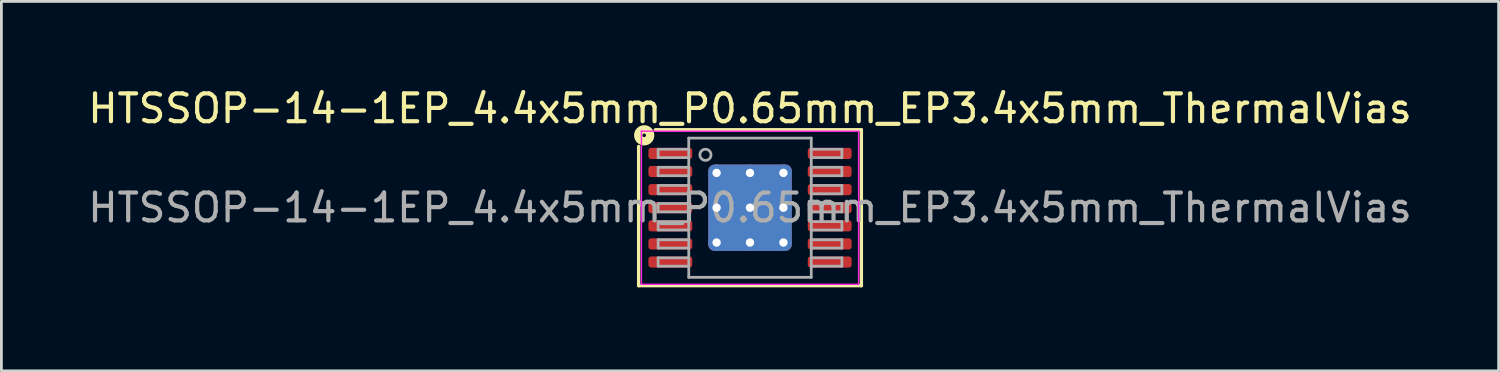
<source format=kicad_pcb>
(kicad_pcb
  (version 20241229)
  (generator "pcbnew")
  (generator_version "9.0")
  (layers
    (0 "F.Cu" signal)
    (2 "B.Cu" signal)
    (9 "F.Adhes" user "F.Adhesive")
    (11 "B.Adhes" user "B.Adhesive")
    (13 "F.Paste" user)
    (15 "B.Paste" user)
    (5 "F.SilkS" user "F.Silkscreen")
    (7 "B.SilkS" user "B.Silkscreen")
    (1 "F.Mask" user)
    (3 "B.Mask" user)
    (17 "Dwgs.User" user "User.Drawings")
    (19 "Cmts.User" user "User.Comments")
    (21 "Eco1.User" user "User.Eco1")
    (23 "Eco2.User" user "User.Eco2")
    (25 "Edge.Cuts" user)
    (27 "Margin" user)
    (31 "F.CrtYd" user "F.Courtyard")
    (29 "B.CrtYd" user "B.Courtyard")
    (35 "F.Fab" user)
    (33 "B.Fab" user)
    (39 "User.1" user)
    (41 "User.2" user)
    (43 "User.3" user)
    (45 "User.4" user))
  (footprint "HTSSOP-14-1EP_4.4x5mm_P0.65mm_EP3.4x5mm_ThermalVias"
    (layer "F.Cu")
    (at 23.887 4.41)
    (property "Reference" "HTSSOP-14-1EP_4.4x5mm_P0.65mm_EP3.4x5mm_ThermalVias" (at 0 -3.562 0) (layer "F.SilkS") (effects (font (size 1 1) (thickness 0.15))))
    (attr smd)
    (fp_line (start -4 -2.2) (end -4 2.8) (stroke (width 0.12) (type solid)) (layer "F.SilkS"))
    (fp_line (start -4 2.8) (end 4 2.8) (stroke (width 0.12) (type solid)) (layer "F.SilkS"))
    (fp_line (start 4 -2.8) (end -3.4 -2.8) (stroke (width 0.12) (type solid)) (layer "F.SilkS"))
    (fp_line (start 4 2.8) (end 4 -2.8) (stroke (width 0.12) (type solid)) (layer "F.SilkS"))
    (fp_circle (center -3.8 -2.6) (end -3.736 -2.6) (stroke (width 0.3) (type solid)) (fill no) (layer "F.SilkS"))
    (fp_line (start -3.9 -2.75) (end -3.9 2.75) (stroke (width 0.05) (type solid)) (layer "F.CrtYd"))
    (fp_line (start -3.9 2.75) (end 3.9 2.75) (stroke (width 0.05) (type solid)) (layer "F.CrtYd"))
    (fp_line (start 3.9 -2.75) (end -3.9 -2.75) (stroke (width 0.05) (type solid)) (layer "F.CrtYd"))
    (fp_line (start 3.9 2.75) (end 3.9 -2.75) (stroke (width 0.05) (type solid)) (layer "F.CrtYd"))
    (fp_line (start -3.3 -2.1) (end -3.3 -1.8) (stroke (width 0.1) (type solid)) (layer "F.Fab"))
    (fp_line (start -3.3 -2.1) (end -2.2 -2.1) (stroke (width 0.1) (type solid)) (layer "F.Fab"))
    (fp_line (start -3.3 -1.8) (end -2.2 -1.8) (stroke (width 0.1) (type solid)) (layer "F.Fab"))
    (fp_line (start -3.3 -1.45) (end -3.3 -1.15) (stroke (width 0.1) (type solid)) (layer "F.Fab"))
    (fp_line (start -3.3 -1.45) (end -2.2 -1.45) (stroke (width 0.1) (type solid)) (layer "F.Fab"))
    (fp_line (start -3.3 -1.15) (end -2.2 -1.15) (stroke (width 0.1) (type solid)) (layer "F.Fab"))
    (fp_line (start -3.3 -0.8) (end -3.3 -0.5) (stroke (width 0.1) (type solid)) (layer "F.Fab"))
    (fp_line (start -3.3 -0.8) (end -2.2 -0.8) (stroke (width 0.1) (type solid)) (layer "F.Fab"))
    (fp_line (start -3.3 -0.5) (end -2.2 -0.5) (stroke (width 0.1) (type solid)) (layer "F.Fab"))
    (fp_line (start -3.3 -0.15) (end -3.3 0.15) (stroke (width 0.1) (type solid)) (layer "F.Fab"))
    (fp_line (start -3.3 -0.15) (end -2.2 -0.15) (stroke (width 0.1) (type solid)) (layer "F.Fab"))
    (fp_line (start -3.3 0.15) (end -2.2 0.15) (stroke (width 0.1) (type solid)) (layer "F.Fab"))
    (fp_line (start -3.3 0.5) (end -3.3 0.8) (stroke (width 0.1) (type solid)) (layer "F.Fab"))
    (fp_line (start -3.3 0.5) (end -2.2 0.5) (stroke (width 0.1) (type solid)) (layer "F.Fab"))
    (fp_line (start -3.3 0.8) (end -2.2 0.8) (stroke (width 0.1) (type solid)) (layer "F.Fab"))
    (fp_line (start -3.3 1.15) (end -3.3 1.45) (stroke (width 0.1) (type solid)) (layer "F.Fab"))
    (fp_line (start -3.3 1.15) (end -2.2 1.15) (stroke (width 0.1) (type solid)) (layer "F.Fab"))
    (fp_line (start -3.3 1.45) (end -2.2 1.45) (stroke (width 0.1) (type solid)) (layer "F.Fab"))
    (fp_line (start -3.3 1.8) (end -3.3 2.1) (stroke (width 0.1) (type solid)) (layer "F.Fab"))
    (fp_line (start -3.3 1.8) (end -2.2 1.8) (stroke (width 0.1) (type solid)) (layer "F.Fab"))
    (fp_line (start -3.3 2.1) (end -2.2 2.1) (stroke (width 0.1) (type solid)) (layer "F.Fab"))
    (fp_line (start -2.2 -2.5) (end 2.2 -2.5) (stroke (width 0.1) (type solid)) (layer "F.Fab"))
    (fp_line (start -2.2 2.5) (end -2.2 -2.5) (stroke (width 0.1) (type solid)) (layer "F.Fab"))
    (fp_line (start 2.2 -2.5) (end 2.2 2.5) (stroke (width 0.1) (type solid)) (layer "F.Fab"))
    (fp_line (start 2.2 2.5) (end -2.2 2.5) (stroke (width 0.1) (type solid)) (layer "F.Fab"))
    (fp_line (start 3.3 -2.1) (end 2.2 -2.1) (stroke (width 0.1) (type solid)) (layer "F.Fab"))
    (fp_line (start 3.3 -1.8) (end 2.2 -1.8) (stroke (width 0.1) (type solid)) (layer "F.Fab"))
    (fp_line (start 3.3 -1.8) (end 3.3 -2.1) (stroke (width 0.1) (type solid)) (layer "F.Fab"))
    (fp_line (start 3.3 -1.45) (end 2.2 -1.45) (stroke (width 0.1) (type solid)) (layer "F.Fab"))
    (fp_line (start 3.3 -1.15) (end 2.2 -1.15) (stroke (width 0.1) (type solid)) (layer "F.Fab"))
    (fp_line (start 3.3 -1.15) (end 3.3 -1.45) (stroke (width 0.1) (type solid)) (layer "F.Fab"))
    (fp_line (start 3.3 -0.8) (end 2.2 -0.8) (stroke (width 0.1) (type solid)) (layer "F.Fab"))
    (fp_line (start 3.3 -0.5) (end 2.2 -0.5) (stroke (width 0.1) (type solid)) (layer "F.Fab"))
    (fp_line (start 3.3 -0.5) (end 3.3 -0.8) (stroke (width 0.1) (type solid)) (layer "F.Fab"))
    (fp_line (start 3.3 -0.15) (end 2.2 -0.15) (stroke (width 0.1) (type solid)) (layer "F.Fab"))
    (fp_line (start 3.3 0.15) (end 2.2 0.15) (stroke (width 0.1) (type solid)) (layer "F.Fab"))
    (fp_line (start 3.3 0.15) (end 3.3 -0.15) (stroke (width 0.1) (type solid)) (layer "F.Fab"))
    (fp_line (start 3.3 0.5) (end 2.2 0.5) (stroke (width 0.1) (type solid)) (layer "F.Fab"))
    (fp_line (start 3.3 0.8) (end 2.2 0.8) (stroke (width 0.1) (type solid)) (layer "F.Fab"))
    (fp_line (start 3.3 0.8) (end 3.3 0.5) (stroke (width 0.1) (type solid)) (layer "F.Fab"))
    (fp_line (start 3.3 1.15) (end 2.2 1.15) (stroke (width 0.1) (type solid)) (layer "F.Fab"))
    (fp_line (start 3.3 1.45) (end 2.2 1.45) (stroke (width 0.1) (type solid)) (layer "F.Fab"))
    (fp_line (start 3.3 1.45) (end 3.3 1.15) (stroke (width 0.1) (type solid)) (layer "F.Fab"))
    (fp_line (start 3.3 1.8) (end 2.2 1.8) (stroke (width 0.1) (type solid)) (layer "F.Fab"))
    (fp_line (start 3.3 2.1) (end 2.2 2.1) (stroke (width 0.1) (type solid)) (layer "F.Fab"))
    (fp_line (start 3.3 2.1) (end 3.3 1.8) (stroke (width 0.1) (type solid)) (layer "F.Fab"))
    (fp_circle (center -1.6 -1.9) (end -1.4 -1.9) (stroke (width 0.1) (type solid)) (fill no) (layer "F.Fab"))
    (fp_text user "${REFERENCE}" (at 0 0 0) (layer "F.Fab") (effects (font (size 1 1) (thickness 0.15))))
    (pad "" smd roundrect (at -0.7 -0.725) (size 1.21 1.25) (layers "F.Paste") (roundrect_rratio 0.207))
    (pad "" smd roundrect (at -0.7 0.725) (size 1.21 1.25) (layers "F.Paste") (roundrect_rratio 0.207))
    (pad "" smd roundrect (at 0.7 -0.725) (size 1.21 1.25) (layers "F.Paste") (roundrect_rratio 0.207))
    (pad "" smd roundrect (at 0.7 0.725) (size 1.21 1.25) (layers "F.Paste") (roundrect_rratio 0.207))
    (pad "1" smd roundrect (at -2.862 -1.95) (size 1.575 0.4) (layers "F.Cu" "F.Mask" "F.Paste") (roundrect_rratio 0.25))
    (pad "2" smd roundrect (at -2.862 -1.3) (size 1.575 0.4) (layers "F.Cu" "F.Mask" "F.Paste") (roundrect_rratio 0.25))
    (pad "3" smd roundrect (at -2.862 -0.65) (size 1.575 0.4) (layers "F.Cu" "F.Mask" "F.Paste") (roundrect_rratio 0.25))
    (pad "4" smd roundrect (at -2.862 0) (size 1.575 0.4) (layers "F.Cu" "F.Mask" "F.Paste") (roundrect_rratio 0.25))
    (pad "5" smd roundrect (at -2.862 0.65) (size 1.575 0.4) (layers "F.Cu" "F.Mask" "F.Paste") (roundrect_rratio 0.25))
    (pad "6" smd roundrect (at -2.862 1.3) (size 1.575 0.4) (layers "F.Cu" "F.Mask" "F.Paste") (roundrect_rratio 0.25))
    (pad "7" smd roundrect (at -2.862 1.95) (size 1.575 0.4) (layers "F.Cu" "F.Mask" "F.Paste") (roundrect_rratio 0.25))
    (pad "8" smd roundrect (at 2.862 1.95) (size 1.575 0.4) (layers "F.Cu" "F.Mask" "F.Paste") (roundrect_rratio 0.25))
    (pad "9" smd roundrect (at 2.862 1.3) (size 1.575 0.4) (layers "F.Cu" "F.Mask" "F.Paste") (roundrect_rratio 0.25))
    (pad "10" smd roundrect (at 2.862 0.65) (size 1.575 0.4) (layers "F.Cu" "F.Mask" "F.Paste") (roundrect_rratio 0.25))
    (pad "11" smd roundrect (at 2.862 0) (size 1.575 0.4) (layers "F.Cu" "F.Mask" "F.Paste") (roundrect_rratio 0.25))
    (pad "12" smd roundrect (at 2.862 -0.65) (size 1.575 0.4) (layers "F.Cu" "F.Mask" "F.Paste") (roundrect_rratio 0.25))
    (pad "13" smd roundrect (at 2.862 -1.3) (size 1.575 0.4) (layers "F.Cu" "F.Mask" "F.Paste") (roundrect_rratio 0.25))
    (pad "14" smd roundrect (at 2.862 -1.95) (size 1.575 0.4) (layers "F.Cu" "F.Mask" "F.Paste") (roundrect_rratio 0.25))
    (pad "15" thru_hole circle (at -1.2 -1.25) (size 0.6 0.6) (drill 0.3) (property pad_prop_heatsink) (layers "*.Cu"))
    (pad "15" thru_hole circle (at -1.2 0) (size 0.6 0.6) (drill 0.3) (property pad_prop_heatsink) (layers "*.Cu"))
    (pad "15" thru_hole circle (at -1.2 1.25) (size 0.6 0.6) (drill 0.3) (property pad_prop_heatsink) (layers "*.Cu"))
    (pad "15" thru_hole circle (at 0 -1.25) (size 0.6 0.6) (drill 0.3) (property pad_prop_heatsink) (layers "*.Cu"))
    (pad "15" thru_hole circle (at 0 0) (size 0.6 0.6) (drill 0.3) (property pad_prop_heatsink) (layers "*.Cu"))
    (pad "15" smd roundrect (at 0 0) (size 3 3.1) (layers "F.Cu" "F.Mask") (roundrect_rratio 0.074))
    (pad "15" smd roundrect (at 0 0) (size 3 3.1) (layers "B.Cu" "B.Mask") (roundrect_rratio 0.074))
    (pad "15" thru_hole circle (at 0 1.25) (size 0.6 0.6) (drill 0.3) (property pad_prop_heatsink) (layers "*.Cu"))
    (pad "15" thru_hole circle (at 1.2 -1.25) (size 0.6 0.6) (drill 0.3) (property pad_prop_heatsink) (layers "*.Cu"))
    (pad "15" thru_hole circle (at 1.2 0) (size 0.6 0.6) (drill 0.3) (property pad_prop_heatsink) (layers "*.Cu"))
    (pad "15" thru_hole circle (at 1.2 1.25) (size 0.6 0.6) (drill 0.3) (property pad_prop_heatsink) (layers "*.Cu")))
  (gr_rect
    (start -3 -3)
    (end 50.774 10.27)
    (stroke (width 0.1) (type default))
    (fill no)
    (layer "Edge.Cuts")))
</source>
